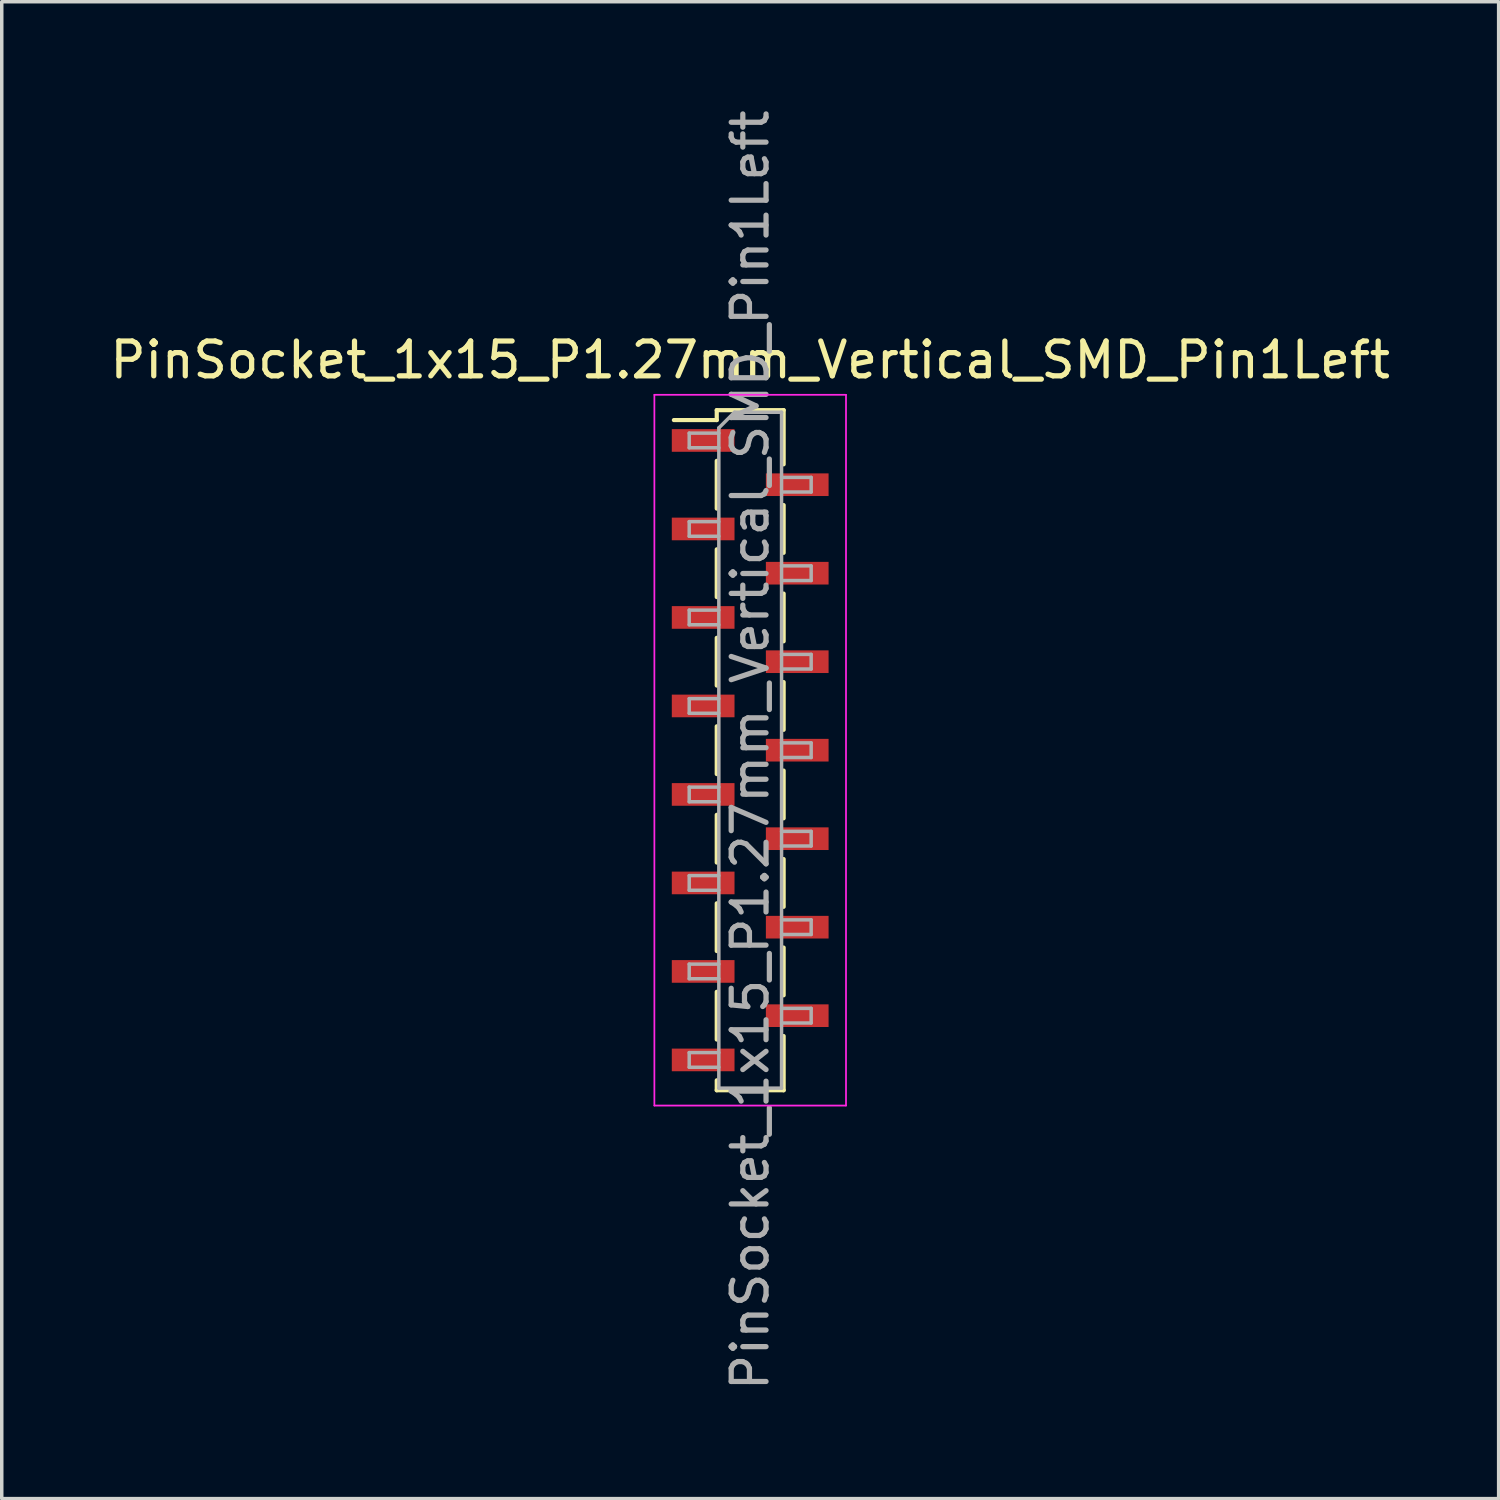
<source format=kicad_pcb>
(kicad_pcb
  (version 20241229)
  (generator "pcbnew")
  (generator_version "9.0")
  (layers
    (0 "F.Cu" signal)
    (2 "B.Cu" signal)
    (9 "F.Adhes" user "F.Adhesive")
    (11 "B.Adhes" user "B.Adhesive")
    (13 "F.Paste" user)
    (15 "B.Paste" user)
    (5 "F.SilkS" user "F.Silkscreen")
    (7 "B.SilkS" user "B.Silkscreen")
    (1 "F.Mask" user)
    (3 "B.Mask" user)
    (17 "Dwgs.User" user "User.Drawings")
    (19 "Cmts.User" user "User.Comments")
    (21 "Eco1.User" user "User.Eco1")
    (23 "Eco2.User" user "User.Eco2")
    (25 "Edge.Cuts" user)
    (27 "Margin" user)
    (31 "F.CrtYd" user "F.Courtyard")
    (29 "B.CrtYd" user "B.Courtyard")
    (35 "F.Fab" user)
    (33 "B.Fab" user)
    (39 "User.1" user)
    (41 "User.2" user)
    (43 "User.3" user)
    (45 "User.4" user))
  (footprint "PinSocket_1x15_P1.27mm_Vertical_SMD_Pin1Left"
    (layer "F.Cu")
    (at 18.482 18.482)
    (property "Reference" "PinSocket_1x15_P1.27mm_Vertical_SMD_Pin1Left" (at 0 -11.2 0) (layer "F.SilkS") (effects (font (size 1 1) (thickness 0.15))))
    (attr smd)
    (fp_line (start -2.19 -9.475) (end -0.96 -9.475) (stroke (width 0.12) (type solid)) (layer "F.SilkS"))
    (fp_line (start -0.96 -9.76) (end -0.96 -9.475) (stroke (width 0.12) (type solid)) (layer "F.SilkS"))
    (fp_line (start -0.96 -9.76) (end 0.96 -9.76) (stroke (width 0.12) (type solid)) (layer "F.SilkS"))
    (fp_line (start -0.96 -8.305) (end -0.96 -6.935) (stroke (width 0.12) (type solid)) (layer "F.SilkS"))
    (fp_line (start -0.96 -5.765) (end -0.96 -4.395) (stroke (width 0.12) (type solid)) (layer "F.SilkS"))
    (fp_line (start -0.96 -3.225) (end -0.96 -1.855) (stroke (width 0.12) (type solid)) (layer "F.SilkS"))
    (fp_line (start -0.96 -0.685) (end -0.96 0.685) (stroke (width 0.12) (type solid)) (layer "F.SilkS"))
    (fp_line (start -0.96 1.855) (end -0.96 3.225) (stroke (width 0.12) (type solid)) (layer "F.SilkS"))
    (fp_line (start -0.96 4.395) (end -0.96 5.765) (stroke (width 0.12) (type solid)) (layer "F.SilkS"))
    (fp_line (start -0.96 6.935) (end -0.96 8.305) (stroke (width 0.12) (type solid)) (layer "F.SilkS"))
    (fp_line (start -0.96 9.475) (end -0.96 9.76) (stroke (width 0.12) (type solid)) (layer "F.SilkS"))
    (fp_line (start -0.96 9.76) (end 0.96 9.76) (stroke (width 0.12) (type solid)) (layer "F.SilkS"))
    (fp_line (start 0.96 -9.76) (end 0.96 -8.205) (stroke (width 0.12) (type solid)) (layer "F.SilkS"))
    (fp_line (start 0.96 -7.035) (end 0.96 -5.665) (stroke (width 0.12) (type solid)) (layer "F.SilkS"))
    (fp_line (start 0.96 -4.495) (end 0.96 -3.125) (stroke (width 0.12) (type solid)) (layer "F.SilkS"))
    (fp_line (start 0.96 -1.955) (end 0.96 -0.585) (stroke (width 0.12) (type solid)) (layer "F.SilkS"))
    (fp_line (start 0.96 0.585) (end 0.96 1.955) (stroke (width 0.12) (type solid)) (layer "F.SilkS"))
    (fp_line (start 0.96 3.125) (end 0.96 4.495) (stroke (width 0.12) (type solid)) (layer "F.SilkS"))
    (fp_line (start 0.96 5.665) (end 0.96 7.035) (stroke (width 0.12) (type solid)) (layer "F.SilkS"))
    (fp_line (start 0.96 8.205) (end 0.96 9.76) (stroke (width 0.12) (type solid)) (layer "F.SilkS"))
    (fp_line (start -2.75 -10.2) (end 2.75 -10.2) (stroke (width 0.05) (type solid)) (layer "F.CrtYd"))
    (fp_line (start -2.75 10.2) (end -2.75 -10.2) (stroke (width 0.05) (type solid)) (layer "F.CrtYd"))
    (fp_line (start 2.75 -10.2) (end 2.75 10.2) (stroke (width 0.05) (type solid)) (layer "F.CrtYd"))
    (fp_line (start 2.75 10.2) (end -2.75 10.2) (stroke (width 0.05) (type solid)) (layer "F.CrtYd"))
    (fp_line (start -1.75 -9.1) (end -0.9 -9.1) (stroke (width 0.1) (type solid)) (layer "F.Fab"))
    (fp_line (start -1.75 -8.68) (end -1.75 -9.1) (stroke (width 0.1) (type solid)) (layer "F.Fab"))
    (fp_line (start -1.75 -6.56) (end -0.9 -6.56) (stroke (width 0.1) (type solid)) (layer "F.Fab"))
    (fp_line (start -1.75 -6.14) (end -1.75 -6.56) (stroke (width 0.1) (type solid)) (layer "F.Fab"))
    (fp_line (start -1.75 -4.02) (end -0.9 -4.02) (stroke (width 0.1) (type solid)) (layer "F.Fab"))
    (fp_line (start -1.75 -3.6) (end -1.75 -4.02) (stroke (width 0.1) (type solid)) (layer "F.Fab"))
    (fp_line (start -1.75 -1.48) (end -0.9 -1.48) (stroke (width 0.1) (type solid)) (layer "F.Fab"))
    (fp_line (start -1.75 -1.06) (end -1.75 -1.48) (stroke (width 0.1) (type solid)) (layer "F.Fab"))
    (fp_line (start -1.75 1.06) (end -0.9 1.06) (stroke (width 0.1) (type solid)) (layer "F.Fab"))
    (fp_line (start -1.75 1.48) (end -1.75 1.06) (stroke (width 0.1) (type solid)) (layer "F.Fab"))
    (fp_line (start -1.75 3.6) (end -0.9 3.6) (stroke (width 0.1) (type solid)) (layer "F.Fab"))
    (fp_line (start -1.75 4.02) (end -1.75 3.6) (stroke (width 0.1) (type solid)) (layer "F.Fab"))
    (fp_line (start -1.75 6.14) (end -0.9 6.14) (stroke (width 0.1) (type solid)) (layer "F.Fab"))
    (fp_line (start -1.75 6.56) (end -1.75 6.14) (stroke (width 0.1) (type solid)) (layer "F.Fab"))
    (fp_line (start -1.75 8.68) (end -0.9 8.68) (stroke (width 0.1) (type solid)) (layer "F.Fab"))
    (fp_line (start -1.75 9.1) (end -1.75 8.68) (stroke (width 0.1) (type solid)) (layer "F.Fab"))
    (fp_line (start -0.9 -9.25) (end -0.45 -9.7) (stroke (width 0.1) (type solid)) (layer "F.Fab"))
    (fp_line (start -0.9 -8.68) (end -1.75 -8.68) (stroke (width 0.1) (type solid)) (layer "F.Fab"))
    (fp_line (start -0.9 -6.14) (end -1.75 -6.14) (stroke (width 0.1) (type solid)) (layer "F.Fab"))
    (fp_line (start -0.9 -3.6) (end -1.75 -3.6) (stroke (width 0.1) (type solid)) (layer "F.Fab"))
    (fp_line (start -0.9 -1.06) (end -1.75 -1.06) (stroke (width 0.1) (type solid)) (layer "F.Fab"))
    (fp_line (start -0.9 1.48) (end -1.75 1.48) (stroke (width 0.1) (type solid)) (layer "F.Fab"))
    (fp_line (start -0.9 4.02) (end -1.75 4.02) (stroke (width 0.1) (type solid)) (layer "F.Fab"))
    (fp_line (start -0.9 6.56) (end -1.75 6.56) (stroke (width 0.1) (type solid)) (layer "F.Fab"))
    (fp_line (start -0.9 9.1) (end -1.75 9.1) (stroke (width 0.1) (type solid)) (layer "F.Fab"))
    (fp_line (start -0.9 9.7) (end -0.9 -9.25) (stroke (width 0.1) (type solid)) (layer "F.Fab"))
    (fp_line (start -0.45 -9.7) (end 0.9 -9.7) (stroke (width 0.1) (type solid)) (layer "F.Fab"))
    (fp_line (start 0.9 -9.7) (end 0.9 9.7) (stroke (width 0.1) (type solid)) (layer "F.Fab"))
    (fp_line (start 0.9 -7.83) (end 1.75 -7.83) (stroke (width 0.1) (type solid)) (layer "F.Fab"))
    (fp_line (start 0.9 -5.29) (end 1.75 -5.29) (stroke (width 0.1) (type solid)) (layer "F.Fab"))
    (fp_line (start 0.9 -2.75) (end 1.75 -2.75) (stroke (width 0.1) (type solid)) (layer "F.Fab"))
    (fp_line (start 0.9 -0.21) (end 1.75 -0.21) (stroke (width 0.1) (type solid)) (layer "F.Fab"))
    (fp_line (start 0.9 2.33) (end 1.75 2.33) (stroke (width 0.1) (type solid)) (layer "F.Fab"))
    (fp_line (start 0.9 4.87) (end 1.75 4.87) (stroke (width 0.1) (type solid)) (layer "F.Fab"))
    (fp_line (start 0.9 7.41) (end 1.75 7.41) (stroke (width 0.1) (type solid)) (layer "F.Fab"))
    (fp_line (start 0.9 9.7) (end -0.9 9.7) (stroke (width 0.1) (type solid)) (layer "F.Fab"))
    (fp_line (start 1.75 -7.83) (end 1.75 -7.41) (stroke (width 0.1) (type solid)) (layer "F.Fab"))
    (fp_line (start 1.75 -7.41) (end 0.9 -7.41) (stroke (width 0.1) (type solid)) (layer "F.Fab"))
    (fp_line (start 1.75 -5.29) (end 1.75 -4.87) (stroke (width 0.1) (type solid)) (layer "F.Fab"))
    (fp_line (start 1.75 -4.87) (end 0.9 -4.87) (stroke (width 0.1) (type solid)) (layer "F.Fab"))
    (fp_line (start 1.75 -2.75) (end 1.75 -2.33) (stroke (width 0.1) (type solid)) (layer "F.Fab"))
    (fp_line (start 1.75 -2.33) (end 0.9 -2.33) (stroke (width 0.1) (type solid)) (layer "F.Fab"))
    (fp_line (start 1.75 -0.21) (end 1.75 0.21) (stroke (width 0.1) (type solid)) (layer "F.Fab"))
    (fp_line (start 1.75 0.21) (end 0.9 0.21) (stroke (width 0.1) (type solid)) (layer "F.Fab"))
    (fp_line (start 1.75 2.33) (end 1.75 2.75) (stroke (width 0.1) (type solid)) (layer "F.Fab"))
    (fp_line (start 1.75 2.75) (end 0.9 2.75) (stroke (width 0.1) (type solid)) (layer "F.Fab"))
    (fp_line (start 1.75 4.87) (end 1.75 5.29) (stroke (width 0.1) (type solid)) (layer "F.Fab"))
    (fp_line (start 1.75 5.29) (end 0.9 5.29) (stroke (width 0.1) (type solid)) (layer "F.Fab"))
    (fp_line (start 1.75 7.41) (end 1.75 7.83) (stroke (width 0.1) (type solid)) (layer "F.Fab"))
    (fp_line (start 1.75 7.83) (end 0.9 7.83) (stroke (width 0.1) (type solid)) (layer "F.Fab"))
    (fp_text user "${REFERENCE}" (at 0 0 90) (layer "F.Fab") (effects (font (size 1 1) (thickness 0.15))))
    (pad "1" smd rect (at -1.35 -8.89) (size 1.8 0.65) (layers "F.Cu" "F.Mask" "F.Paste"))
    (pad "2" smd rect (at 1.35 -7.62) (size 1.8 0.65) (layers "F.Cu" "F.Mask" "F.Paste"))
    (pad "3" smd rect (at -1.35 -6.35) (size 1.8 0.65) (layers "F.Cu" "F.Mask" "F.Paste"))
    (pad "4" smd rect (at 1.35 -5.08) (size 1.8 0.65) (layers "F.Cu" "F.Mask" "F.Paste"))
    (pad "5" smd rect (at -1.35 -3.81) (size 1.8 0.65) (layers "F.Cu" "F.Mask" "F.Paste"))
    (pad "6" smd rect (at 1.35 -2.54) (size 1.8 0.65) (layers "F.Cu" "F.Mask" "F.Paste"))
    (pad "7" smd rect (at -1.35 -1.27) (size 1.8 0.65) (layers "F.Cu" "F.Mask" "F.Paste"))
    (pad "8" smd rect (at 1.35 0) (size 1.8 0.65) (layers "F.Cu" "F.Mask" "F.Paste"))
    (pad "9" smd rect (at -1.35 1.27) (size 1.8 0.65) (layers "F.Cu" "F.Mask" "F.Paste"))
    (pad "10" smd rect (at 1.35 2.54) (size 1.8 0.65) (layers "F.Cu" "F.Mask" "F.Paste"))
    (pad "11" smd rect (at -1.35 3.81) (size 1.8 0.65) (layers "F.Cu" "F.Mask" "F.Paste"))
    (pad "12" smd rect (at 1.35 5.08) (size 1.8 0.65) (layers "F.Cu" "F.Mask" "F.Paste"))
    (pad "13" smd rect (at -1.35 6.35) (size 1.8 0.65) (layers "F.Cu" "F.Mask" "F.Paste"))
    (pad "14" smd rect (at 1.35 7.62) (size 1.8 0.65) (layers "F.Cu" "F.Mask" "F.Paste"))
    (pad "15" smd rect (at -1.35 8.89) (size 1.8 0.65) (layers "F.Cu" "F.Mask" "F.Paste")))
  (gr_rect
    (start -3 -3)
    (end 39.964 39.964)
    (stroke (width 0.1) (type default))
    (fill no)
    (layer "Edge.Cuts")))
</source>
